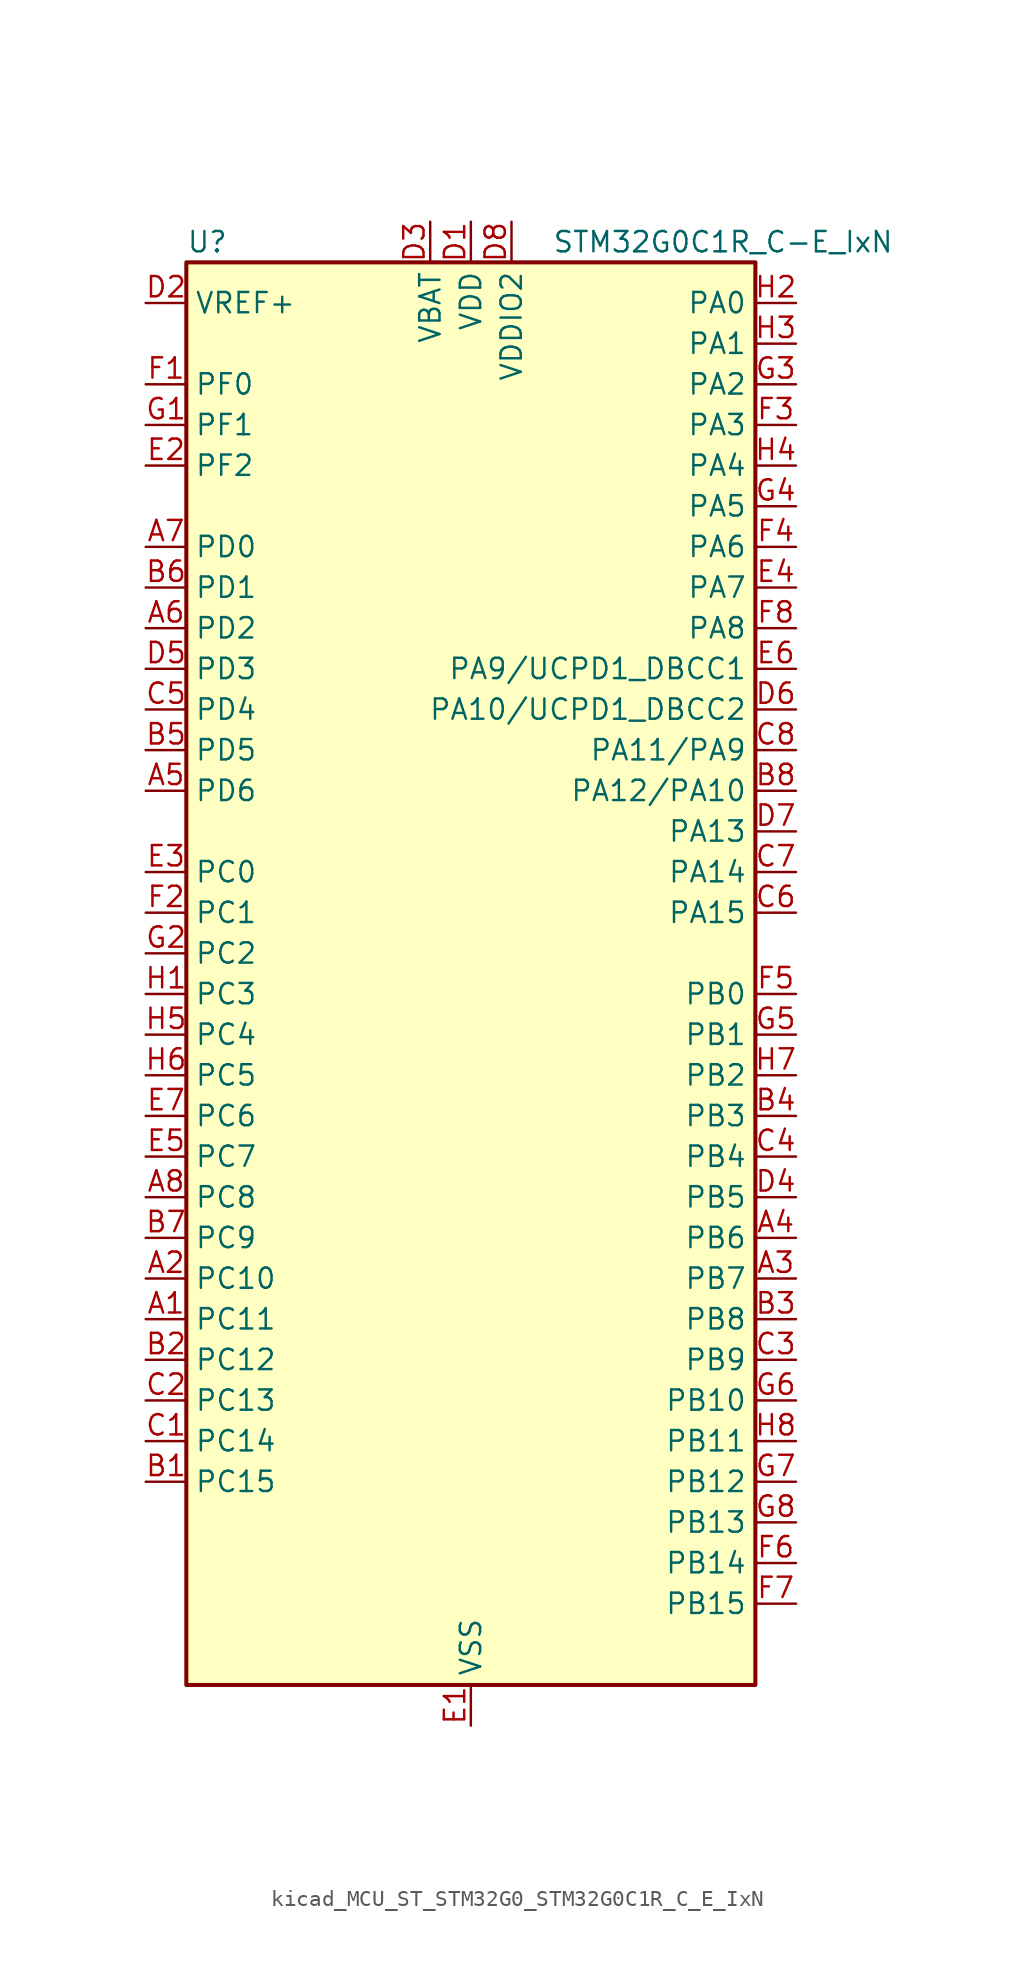
<source format=kicad_sym>
(kicad_symbol_lib
  (version 20220914)
  (generator kicad_symbol_editor)
  (symbol "kicad_MCU_ST_STM32G0_STM32G0C1R_C_E_IxN"
    (property "Reference" "U"
      (at -17.78 46.99 0)
      (effects (font (size 1.27 1.27)) (justify left)))
    (property "Value" "STM32G0C1R_C-E_IxN"
      (at 5.08 46.99 0)
      (effects (font (size 1.27 1.27)) (justify left)))
    (property "ki_locked" ""
      (at 0 0 0)
      (effects (font (size 1.27 1.27))))
    (symbol "kicad_MCU_ST_STM32G0_STM32G0C1R_C_E_IxN_0_1"
      (rectangle (start -17.78 -43.18) (end 17.78 45.72) (stroke (width 0.254) (type default)) (fill (type background))))
    (symbol "kicad_MCU_ST_STM32G0_STM32G0C1R_C_E_IxN_1_1"
      (pin bidirectional line (at -20.32 -20.32 0) (length 2.54) (name "PC11" (effects (font (size 1.27 1.27)))) (number "A1" (effects (font (size 1.27 1.27)))) (alternate "ADC1_EXTI11" bidirectional line) (alternate "SPI3_MISO" bidirectional line) (alternate "TIM1_CH4" bidirectional line) (alternate "USART3_RX" bidirectional line) (alternate "USART4_RX" bidirectional line))
      (pin bidirectional line (at -20.32 -17.78 0) (length 2.54) (name "PC10" (effects (font (size 1.27 1.27)))) (number "A2" (effects (font (size 1.27 1.27)))) (alternate "SPI3_SCK" bidirectional line) (alternate "TIM1_CH3" bidirectional line) (alternate "USART3_TX" bidirectional line) (alternate "USART4_TX" bidirectional line))
      (pin bidirectional line (at 20.32 -17.78 180) (length 2.54) (name "PB7" (effects (font (size 1.27 1.27)))) (number "A3" (effects (font (size 1.27 1.27)))) (alternate "COMP2_INM" bidirectional line) (alternate "I2C1_SDA" bidirectional line) (alternate "I2S2_SD" bidirectional line) (alternate "LPTIM1_IN2" bidirectional line) (alternate "LPUART2_RX" bidirectional line) (alternate "SPI2_MOSI" bidirectional line) (alternate "SYS_PVD_IN" bidirectional line) (alternate "TIM17_CH1N" bidirectional line) (alternate "TIM4_CH2" bidirectional line) (alternate "USART1_RX" bidirectional line) (alternate "USART4_CTS" bidirectional line) (alternate "USART4_NSS" bidirectional line))
      (pin bidirectional line (at 20.32 -15.24 180) (length 2.54) (name "PB6" (effects (font (size 1.27 1.27)))) (number "A4" (effects (font (size 1.27 1.27)))) (alternate "COMP2_INP" bidirectional line) (alternate "FDCAN2_TX" bidirectional line) (alternate "I2C1_SCL" bidirectional line) (alternate "I2S2_MCK" bidirectional line) (alternate "LPTIM1_ETR" bidirectional line) (alternate "LPUART2_TX" bidirectional line) (alternate "SPI2_MISO" bidirectional line) (alternate "TIM16_CH1N" bidirectional line) (alternate "TIM1_CH3" bidirectional line) (alternate "TIM4_CH1" bidirectional line) (alternate "USART1_TX" bidirectional line) (alternate "USART5_CTS" bidirectional line) (alternate "USART5_NSS" bidirectional line))
      (pin bidirectional line (at -20.32 12.7 0) (length 2.54) (name "PD6" (effects (font (size 1.27 1.27)))) (number "A5" (effects (font (size 1.27 1.27)))) (alternate "I2S1_SD" bidirectional line) (alternate "LPTIM2_OUT" bidirectional line) (alternate "SPI1_MOSI" bidirectional line) (alternate "USART2_RX" bidirectional line))
      (pin bidirectional line (at -20.32 22.86 0) (length 2.54) (name "PD2" (effects (font (size 1.27 1.27)))) (number "A6" (effects (font (size 1.27 1.27)))) (alternate "TIM1_CH1N" bidirectional line) (alternate "TIM3_ETR" bidirectional line) (alternate "UCPD2_CC2" bidirectional line) (alternate "USART3_CK" bidirectional line) (alternate "USART3_DE" bidirectional line) (alternate "USART3_RTS" bidirectional line) (alternate "USART5_RX" bidirectional line))
      (pin bidirectional line (at -20.32 27.94 0) (length 2.54) (name "PD0" (effects (font (size 1.27 1.27)))) (number "A7" (effects (font (size 1.27 1.27)))) (alternate "FDCAN1_RX" bidirectional line) (alternate "I2S2_WS" bidirectional line) (alternate "SPI2_NSS" bidirectional line) (alternate "TIM16_CH1" bidirectional line) (alternate "UCPD2_CC1" bidirectional line))
      (pin bidirectional line (at -20.32 -12.7 0) (length 2.54) (name "PC8" (effects (font (size 1.27 1.27)))) (number "A8" (effects (font (size 1.27 1.27)))) (alternate "LPUART2_CTS" bidirectional line) (alternate "TIM1_CH1" bidirectional line) (alternate "TIM3_CH3" bidirectional line) (alternate "UCPD2_FRSTX1" bidirectional line) (alternate "UCPD2_FRSTX2" bidirectional line))
      (pin bidirectional line (at -20.32 -30.48 0) (length 2.54) (name "PC15" (effects (font (size 1.27 1.27)))) (number "B1" (effects (font (size 1.27 1.27)))) (alternate "RCC_OSC32_EN" bidirectional line) (alternate "RCC_OSC32_OUT" bidirectional line) (alternate "RCC_OSC_EN" bidirectional line) (alternate "TIM15_BK" bidirectional line))
      (pin bidirectional line (at -20.32 -22.86 0) (length 2.54) (name "PC12" (effects (font (size 1.27 1.27)))) (number "B2" (effects (font (size 1.27 1.27)))) (alternate "LPTIM1_IN1" bidirectional line) (alternate "SPI3_MOSI" bidirectional line) (alternate "TIM14_CH1" bidirectional line) (alternate "UCPD1_FRSTX1" bidirectional line) (alternate "UCPD1_FRSTX2" bidirectional line) (alternate "USART5_TX" bidirectional line))
      (pin bidirectional line (at 20.32 -20.32 180) (length 2.54) (name "PB8" (effects (font (size 1.27 1.27)))) (number "B3" (effects (font (size 1.27 1.27)))) (alternate "CEC" bidirectional line) (alternate "FDCAN1_RX" bidirectional line) (alternate "I2C1_SCL" bidirectional line) (alternate "I2S2_CK" bidirectional line) (alternate "SPI2_SCK" bidirectional line) (alternate "TIM15_BK" bidirectional line) (alternate "TIM16_CH1" bidirectional line) (alternate "TIM4_CH3" bidirectional line) (alternate "USART3_TX" bidirectional line) (alternate "USART6_TX" bidirectional line))
      (pin bidirectional line (at 20.32 -7.62 180) (length 2.54) (name "PB3" (effects (font (size 1.27 1.27)))) (number "B4" (effects (font (size 1.27 1.27)))) (alternate "COMP2_INM" bidirectional line) (alternate "I2C2_SCL" bidirectional line) (alternate "I2C3_SCL" bidirectional line) (alternate "I2S1_CK" bidirectional line) (alternate "SPI1_SCK" bidirectional line) (alternate "SPI3_SCK" bidirectional line) (alternate "TIM1_CH2" bidirectional line) (alternate "TIM2_CH2" bidirectional line) (alternate "USART1_CK" bidirectional line) (alternate "USART1_DE" bidirectional line) (alternate "USART1_RTS" bidirectional line) (alternate "USART5_TX" bidirectional line))
      (pin bidirectional line (at -20.32 15.24 0) (length 2.54) (name "PD5" (effects (font (size 1.27 1.27)))) (number "B5" (effects (font (size 1.27 1.27)))) (alternate "I2S1_MCK" bidirectional line) (alternate "SPI1_MISO" bidirectional line) (alternate "TIM1_BK" bidirectional line) (alternate "USART2_TX" bidirectional line) (alternate "USART5_CTS" bidirectional line) (alternate "USART5_NSS" bidirectional line))
      (pin bidirectional line (at -20.32 25.4 0) (length 2.54) (name "PD1" (effects (font (size 1.27 1.27)))) (number "B6" (effects (font (size 1.27 1.27)))) (alternate "FDCAN1_TX" bidirectional line) (alternate "I2S2_CK" bidirectional line) (alternate "SPI2_SCK" bidirectional line) (alternate "TIM17_CH1" bidirectional line) (alternate "UCPD2_DBCC1" bidirectional line))
      (pin bidirectional line (at -20.32 -15.24 0) (length 2.54) (name "PC9" (effects (font (size 1.27 1.27)))) (number "B7" (effects (font (size 1.27 1.27)))) (alternate "DAC1_EXTI9" bidirectional line) (alternate "I2S_CKIN" bidirectional line) (alternate "LPUART2_DE" bidirectional line) (alternate "LPUART2_RTS" bidirectional line) (alternate "TIM1_CH2" bidirectional line) (alternate "TIM3_CH4" bidirectional line) (alternate "USB_NOE" bidirectional line))
      (pin bidirectional line (at 20.32 12.7 180) (length 2.54) (name "PA12/PA10" (effects (font (size 1.27 1.27)))) (number "B8" (effects (font (size 1.27 1.27)))) (alternate "COMP2_OUT" bidirectional line) (alternate "FDCAN1_TX" bidirectional line) (alternate "I2C2_SDA" bidirectional line) (alternate "I2S1_SD" bidirectional line) (alternate "I2S_CKIN" bidirectional line) (alternate "SPI1_MOSI" bidirectional line) (alternate "TIM1_ETR" bidirectional line) (alternate "USART1_CK" bidirectional line) (alternate "USART1_DE" bidirectional line) (alternate "USART1_RTS" bidirectional line) (alternate "USB_DP" bidirectional line))
      (pin bidirectional line (at -20.32 -27.94 0) (length 2.54) (name "PC14" (effects (font (size 1.27 1.27)))) (number "C1" (effects (font (size 1.27 1.27)))) (alternate "RCC_OSC32_IN" bidirectional line) (alternate "TIM1_BK2" bidirectional line))
      (pin bidirectional line (at -20.32 -25.4 0) (length 2.54) (name "PC13" (effects (font (size 1.27 1.27)))) (number "C2" (effects (font (size 1.27 1.27)))) (alternate "RTC_OUT1" bidirectional line) (alternate "RTC_TAMP_IN1" bidirectional line) (alternate "RTC_TS" bidirectional line) (alternate "SYS_WKUP2" bidirectional line) (alternate "TIM1_BK" bidirectional line))
      (pin bidirectional line (at 20.32 -22.86 180) (length 2.54) (name "PB9" (effects (font (size 1.27 1.27)))) (number "C3" (effects (font (size 1.27 1.27)))) (alternate "DAC1_EXTI9" bidirectional line) (alternate "FDCAN1_TX" bidirectional line) (alternate "I2C1_SDA" bidirectional line) (alternate "I2S2_WS" bidirectional line) (alternate "IR_OUT" bidirectional line) (alternate "SPI2_NSS" bidirectional line) (alternate "TIM17_CH1" bidirectional line) (alternate "TIM4_CH4" bidirectional line) (alternate "UCPD2_FRSTX1" bidirectional line) (alternate "UCPD2_FRSTX2" bidirectional line) (alternate "USART3_RX" bidirectional line) (alternate "USART6_RX" bidirectional line))
      (pin bidirectional line (at 20.32 -10.16 180) (length 2.54) (name "PB4" (effects (font (size 1.27 1.27)))) (number "C4" (effects (font (size 1.27 1.27)))) (alternate "COMP2_INP" bidirectional line) (alternate "I2C2_SDA" bidirectional line) (alternate "I2C3_SDA" bidirectional line) (alternate "I2S1_MCK" bidirectional line) (alternate "SPI1_MISO" bidirectional line) (alternate "SPI3_MISO" bidirectional line) (alternate "TIM17_BK" bidirectional line) (alternate "TIM3_CH1" bidirectional line) (alternate "USART1_CTS" bidirectional line) (alternate "USART1_NSS" bidirectional line) (alternate "USART5_RX" bidirectional line))
      (pin bidirectional line (at -20.32 17.78 0) (length 2.54) (name "PD4" (effects (font (size 1.27 1.27)))) (number "C5" (effects (font (size 1.27 1.27)))) (alternate "I2S2_SD" bidirectional line) (alternate "SPI2_MOSI" bidirectional line) (alternate "TIM1_CH3N" bidirectional line) (alternate "USART2_CK" bidirectional line) (alternate "USART2_DE" bidirectional line) (alternate "USART2_RTS" bidirectional line) (alternate "USART5_CK" bidirectional line) (alternate "USART5_DE" bidirectional line) (alternate "USART5_RTS" bidirectional line))
      (pin bidirectional line (at 20.32 5.08 180) (length 2.54) (name "PA15" (effects (font (size 1.27 1.27)))) (number "C6" (effects (font (size 1.27 1.27)))) (alternate "I2C2_SMBA" bidirectional line) (alternate "I2S1_WS" bidirectional line) (alternate "RCC_MCO_2" bidirectional line) (alternate "SPI1_NSS" bidirectional line) (alternate "SPI3_NSS" bidirectional line) (alternate "TIM2_CH1" bidirectional line) (alternate "TIM2_ETR" bidirectional line) (alternate "USART2_RX" bidirectional line) (alternate "USART3_CK" bidirectional line) (alternate "USART3_DE" bidirectional line) (alternate "USART3_RTS" bidirectional line) (alternate "USART4_CK" bidirectional line) (alternate "USART4_DE" bidirectional line) (alternate "USART4_RTS" bidirectional line) (alternate "USB_NOE" bidirectional line))
      (pin bidirectional line (at 20.32 7.62 180) (length 2.54) (name "PA14" (effects (font (size 1.27 1.27)))) (number "C7" (effects (font (size 1.27 1.27)))) (alternate "LPUART2_TX" bidirectional line) (alternate "SYS_SWCLK" bidirectional line) (alternate "USART2_TX" bidirectional line))
      (pin bidirectional line (at 20.32 15.24 180) (length 2.54) (name "PA11/PA9" (effects (font (size 1.27 1.27)))) (number "C8" (effects (font (size 1.27 1.27)))) (alternate "ADC1_EXTI11" bidirectional line) (alternate "COMP1_OUT" bidirectional line) (alternate "FDCAN1_RX" bidirectional line) (alternate "I2C2_SCL" bidirectional line) (alternate "I2S1_MCK" bidirectional line) (alternate "SPI1_MISO" bidirectional line) (alternate "TIM1_BK2" bidirectional line) (alternate "TIM1_CH4" bidirectional line) (alternate "USART1_CTS" bidirectional line) (alternate "USART1_NSS" bidirectional line) (alternate "USB_DM" bidirectional line))
      (pin power_in line (at 0 48.26 270) (length 2.54) (name "VDD" (effects (font (size 1.27 1.27)))) (number "D1" (effects (font (size 1.27 1.27)))))
      (pin input line (at -20.32 43.18 0) (length 2.54) (name "VREF+" (effects (font (size 1.27 1.27)))) (number "D2" (effects (font (size 1.27 1.27)))) (alternate "VREFBUF_OUT" bidirectional line))
      (pin power_in line (at -2.54 48.26 270) (length 2.54) (name "VBAT" (effects (font (size 1.27 1.27)))) (number "D3" (effects (font (size 1.27 1.27)))))
      (pin bidirectional line (at 20.32 -12.7 180) (length 2.54) (name "PB5" (effects (font (size 1.27 1.27)))) (number "D4" (effects (font (size 1.27 1.27)))) (alternate "COMP2_OUT" bidirectional line) (alternate "FDCAN2_RX" bidirectional line) (alternate "I2C1_SMBA" bidirectional line) (alternate "I2S1_SD" bidirectional line) (alternate "LPTIM1_IN1" bidirectional line) (alternate "SPI1_MOSI" bidirectional line) (alternate "SPI3_MOSI" bidirectional line) (alternate "SYS_WKUP6" bidirectional line) (alternate "TIM16_BK" bidirectional line) (alternate "TIM3_CH2" bidirectional line) (alternate "USART5_CK" bidirectional line) (alternate "USART5_DE" bidirectional line) (alternate "USART5_RTS" bidirectional line))
      (pin bidirectional line (at -20.32 20.32 0) (length 2.54) (name "PD3" (effects (font (size 1.27 1.27)))) (number "D5" (effects (font (size 1.27 1.27)))) (alternate "I2S2_MCK" bidirectional line) (alternate "SPI2_MISO" bidirectional line) (alternate "TIM1_CH2N" bidirectional line) (alternate "UCPD2_DBCC2" bidirectional line) (alternate "USART2_CTS" bidirectional line) (alternate "USART2_NSS" bidirectional line) (alternate "USART5_TX" bidirectional line))
      (pin bidirectional line (at 20.32 17.78 180) (length 2.54) (name "PA10/UCPD1_DBCC2" (effects (font (size 1.27 1.27)))) (number "D6" (effects (font (size 1.27 1.27)))) (alternate "I2C1_SDA" bidirectional line) (alternate "I2C2_SDA" bidirectional line) (alternate "I2S2_SD" bidirectional line) (alternate "RCC_MCO_2" bidirectional line) (alternate "SPI2_MOSI" bidirectional line) (alternate "TIM17_BK" bidirectional line) (alternate "TIM1_CH3" bidirectional line) (alternate "UCPD1_DBCC2" bidirectional line) (alternate "USART1_RX" bidirectional line))
      (pin bidirectional line (at 20.32 10.16 180) (length 2.54) (name "PA13" (effects (font (size 1.27 1.27)))) (number "D7" (effects (font (size 1.27 1.27)))) (alternate "IR_OUT" bidirectional line) (alternate "LPUART2_RX" bidirectional line) (alternate "SYS_SWDIO" bidirectional line) (alternate "USB_NOE" bidirectional line))
      (pin power_in line (at 2.54 48.26 270) (length 2.54) (name "VDDIO2" (effects (font (size 1.27 1.27)))) (number "D8" (effects (font (size 1.27 1.27)))))
      (pin power_in line (at 0 -45.72 90) (length 2.54) (name "VSS" (effects (font (size 1.27 1.27)))) (number "E1" (effects (font (size 1.27 1.27)))))
      (pin bidirectional line (at -20.32 33.02 0) (length 2.54) (name "PF2" (effects (font (size 1.27 1.27)))) (number "E2" (effects (font (size 1.27 1.27)))) (alternate "LPUART2_DE" bidirectional line) (alternate "LPUART2_RTS" bidirectional line) (alternate "LPUART2_TX" bidirectional line) (alternate "RCC_MCO" bidirectional line))
      (pin bidirectional line (at -20.32 7.62 0) (length 2.54) (name "PC0" (effects (font (size 1.27 1.27)))) (number "E3" (effects (font (size 1.27 1.27)))) (alternate "COMP3_INM" bidirectional line) (alternate "COMP3_OUT" bidirectional line) (alternate "I2C3_SCL" bidirectional line) (alternate "LPTIM1_IN1" bidirectional line) (alternate "LPTIM2_IN1" bidirectional line) (alternate "LPUART1_RX" bidirectional line) (alternate "LPUART2_TX" bidirectional line) (alternate "USART6_TX" bidirectional line))
      (pin bidirectional line (at 20.32 25.4 180) (length 2.54) (name "PA7" (effects (font (size 1.27 1.27)))) (number "E4" (effects (font (size 1.27 1.27)))) (alternate "ADC1_IN7" bidirectional line) (alternate "COMP2_OUT" bidirectional line) (alternate "I2C2_SCL" bidirectional line) (alternate "I2C3_SCL" bidirectional line) (alternate "I2S1_SD" bidirectional line) (alternate "SPI1_MOSI" bidirectional line) (alternate "TIM14_CH1" bidirectional line) (alternate "TIM17_CH1" bidirectional line) (alternate "TIM1_CH1N" bidirectional line) (alternate "TIM3_CH2" bidirectional line) (alternate "UCPD1_FRSTX1" bidirectional line) (alternate "UCPD1_FRSTX2" bidirectional line) (alternate "USART6_CK" bidirectional line) (alternate "USART6_DE" bidirectional line) (alternate "USART6_RTS" bidirectional line))
      (pin bidirectional line (at -20.32 -10.16 0) (length 2.54) (name "PC7" (effects (font (size 1.27 1.27)))) (number "E5" (effects (font (size 1.27 1.27)))) (alternate "LPUART2_RX" bidirectional line) (alternate "TIM2_CH4" bidirectional line) (alternate "TIM3_CH2" bidirectional line) (alternate "UCPD2_FRSTX1" bidirectional line) (alternate "UCPD2_FRSTX2" bidirectional line))
      (pin bidirectional line (at 20.32 20.32 180) (length 2.54) (name "PA9/UCPD1_DBCC1" (effects (font (size 1.27 1.27)))) (number "E6" (effects (font (size 1.27 1.27)))) (alternate "DAC1_EXTI9" bidirectional line) (alternate "I2C1_SCL" bidirectional line) (alternate "I2C2_SCL" bidirectional line) (alternate "I2S2_MCK" bidirectional line) (alternate "RCC_MCO" bidirectional line) (alternate "SPI2_MISO" bidirectional line) (alternate "TIM15_BK" bidirectional line) (alternate "TIM1_CH2" bidirectional line) (alternate "UCPD1_DBCC1" bidirectional line) (alternate "USART1_TX" bidirectional line))
      (pin bidirectional line (at -20.32 -7.62 0) (length 2.54) (name "PC6" (effects (font (size 1.27 1.27)))) (number "E7" (effects (font (size 1.27 1.27)))) (alternate "LPUART2_TX" bidirectional line) (alternate "TIM2_CH3" bidirectional line) (alternate "TIM3_CH1" bidirectional line) (alternate "UCPD1_FRSTX1" bidirectional line) (alternate "UCPD1_FRSTX2" bidirectional line))
      (pin passive line (at 0 -45.72 90) (length 2.54) hide (name "VSS" (effects (font (size 1.27 1.27)))) (number "E8" (effects (font (size 1.27 1.27)))))
      (pin bidirectional line (at -20.32 38.1 0) (length 2.54) (name "PF0" (effects (font (size 1.27 1.27)))) (number "F1" (effects (font (size 1.27 1.27)))) (alternate "CRS1_SYNC" bidirectional line) (alternate "RCC_OSC_IN" bidirectional line) (alternate "TIM14_CH1" bidirectional line))
      (pin bidirectional line (at -20.32 5.08 0) (length 2.54) (name "PC1" (effects (font (size 1.27 1.27)))) (number "F2" (effects (font (size 1.27 1.27)))) (alternate "COMP3_INP" bidirectional line) (alternate "I2C3_SDA" bidirectional line) (alternate "LPTIM1_OUT" bidirectional line) (alternate "LPUART1_TX" bidirectional line) (alternate "LPUART2_RX" bidirectional line) (alternate "TIM15_CH1" bidirectional line) (alternate "USART6_RX" bidirectional line))
      (pin bidirectional line (at 20.32 35.56 180) (length 2.54) (name "PA3" (effects (font (size 1.27 1.27)))) (number "F3" (effects (font (size 1.27 1.27)))) (alternate "ADC1_IN3" bidirectional line) (alternate "COMP2_INP" bidirectional line) (alternate "I2S2_MCK" bidirectional line) (alternate "LPUART1_RX" bidirectional line) (alternate "SPI2_MISO" bidirectional line) (alternate "TIM15_CH2" bidirectional line) (alternate "TIM2_CH4" bidirectional line) (alternate "UCPD2_FRSTX1" bidirectional line) (alternate "UCPD2_FRSTX2" bidirectional line) (alternate "USART2_RX" bidirectional line))
      (pin bidirectional line (at 20.32 27.94 180) (length 2.54) (name "PA6" (effects (font (size 1.27 1.27)))) (number "F4" (effects (font (size 1.27 1.27)))) (alternate "ADC1_IN6" bidirectional line) (alternate "COMP1_OUT" bidirectional line) (alternate "I2C2_SDA" bidirectional line) (alternate "I2C3_SDA" bidirectional line) (alternate "I2S1_MCK" bidirectional line) (alternate "LPUART1_CTS" bidirectional line) (alternate "SPI1_MISO" bidirectional line) (alternate "TIM16_CH1" bidirectional line) (alternate "TIM1_BK" bidirectional line) (alternate "TIM3_CH1" bidirectional line) (alternate "USART3_CTS" bidirectional line) (alternate "USART3_NSS" bidirectional line) (alternate "USART6_CTS" bidirectional line) (alternate "USART6_NSS" bidirectional line))
      (pin bidirectional line (at 20.32 0 180) (length 2.54) (name "PB0" (effects (font (size 1.27 1.27)))) (number "F5" (effects (font (size 1.27 1.27)))) (alternate "ADC1_IN8" bidirectional line) (alternate "COMP1_OUT" bidirectional line) (alternate "COMP3_INP" bidirectional line) (alternate "FDCAN2_RX" bidirectional line) (alternate "I2S1_WS" bidirectional line) (alternate "LPTIM1_OUT" bidirectional line) (alternate "LPUART2_CTS" bidirectional line) (alternate "SPI1_NSS" bidirectional line) (alternate "TIM1_CH2N" bidirectional line) (alternate "TIM3_CH3" bidirectional line) (alternate "UCPD1_FRSTX1" bidirectional line) (alternate "UCPD1_FRSTX2" bidirectional line) (alternate "USART3_RX" bidirectional line) (alternate "USART5_TX" bidirectional line))
      (pin bidirectional line (at 20.32 -35.56 180) (length 2.54) (name "PB14" (effects (font (size 1.27 1.27)))) (number "F6" (effects (font (size 1.27 1.27)))) (alternate "I2C2_SDA" bidirectional line) (alternate "I2S2_MCK" bidirectional line) (alternate "SPI2_MISO" bidirectional line) (alternate "TIM15_CH1" bidirectional line) (alternate "TIM1_CH2N" bidirectional line) (alternate "UCPD1_FRSTX1" bidirectional line) (alternate "UCPD1_FRSTX2" bidirectional line) (alternate "USART3_CK" bidirectional line) (alternate "USART3_DE" bidirectional line) (alternate "USART3_RTS" bidirectional line) (alternate "USART6_CK" bidirectional line) (alternate "USART6_DE" bidirectional line) (alternate "USART6_RTS" bidirectional line))
      (pin bidirectional line (at 20.32 -38.1 180) (length 2.54) (name "PB15" (effects (font (size 1.27 1.27)))) (number "F7" (effects (font (size 1.27 1.27)))) (alternate "I2S2_SD" bidirectional line) (alternate "RTC_REFIN" bidirectional line) (alternate "SPI2_MOSI" bidirectional line) (alternate "TIM15_CH1N" bidirectional line) (alternate "TIM15_CH2" bidirectional line) (alternate "TIM1_CH3N" bidirectional line) (alternate "UCPD1_CC2" bidirectional line) (alternate "USART6_CTS" bidirectional line) (alternate "USART6_NSS" bidirectional line))
      (pin bidirectional line (at 20.32 22.86 180) (length 2.54) (name "PA8" (effects (font (size 1.27 1.27)))) (number "F8" (effects (font (size 1.27 1.27)))) (alternate "CRS1_SYNC" bidirectional line) (alternate "I2C2_SMBA" bidirectional line) (alternate "I2S2_WS" bidirectional line) (alternate "LPTIM2_OUT" bidirectional line) (alternate "RCC_MCO" bidirectional line) (alternate "SPI2_NSS" bidirectional line) (alternate "TIM1_CH1" bidirectional line) (alternate "UCPD1_CC1" bidirectional line))
      (pin bidirectional line (at -20.32 35.56 0) (length 2.54) (name "PF1" (effects (font (size 1.27 1.27)))) (number "G1" (effects (font (size 1.27 1.27)))) (alternate "RCC_OSC_EN" bidirectional line) (alternate "RCC_OSC_OUT" bidirectional line) (alternate "TIM15_CH1N" bidirectional line))
      (pin bidirectional line (at -20.32 2.54 0) (length 2.54) (name "PC2" (effects (font (size 1.27 1.27)))) (number "G2" (effects (font (size 1.27 1.27)))) (alternate "COMP3_OUT" bidirectional line) (alternate "FDCAN2_RX" bidirectional line) (alternate "I2S2_MCK" bidirectional line) (alternate "LPTIM1_IN2" bidirectional line) (alternate "SPI2_MISO" bidirectional line) (alternate "TIM15_CH2" bidirectional line))
      (pin bidirectional line (at 20.32 38.1 180) (length 2.54) (name "PA2" (effects (font (size 1.27 1.27)))) (number "G3" (effects (font (size 1.27 1.27)))) (alternate "ADC1_IN2" bidirectional line) (alternate "COMP2_INM" bidirectional line) (alternate "COMP2_OUT" bidirectional line) (alternate "I2S1_SD" bidirectional line) (alternate "LPUART1_TX" bidirectional line) (alternate "RCC_LSCO" bidirectional line) (alternate "SPI1_MOSI" bidirectional line) (alternate "SYS_WKUP4" bidirectional line) (alternate "TIM15_CH1" bidirectional line) (alternate "TIM2_CH3" bidirectional line) (alternate "UCPD1_FRSTX1" bidirectional line) (alternate "UCPD1_FRSTX2" bidirectional line) (alternate "USART2_TX" bidirectional line))
      (pin bidirectional line (at 20.32 30.48 180) (length 2.54) (name "PA5" (effects (font (size 1.27 1.27)))) (number "G4" (effects (font (size 1.27 1.27)))) (alternate "ADC1_IN5" bidirectional line) (alternate "CEC" bidirectional line) (alternate "DAC1_OUT2" bidirectional line) (alternate "I2S1_CK" bidirectional line) (alternate "LPTIM2_ETR" bidirectional line) (alternate "SPI1_SCK" bidirectional line) (alternate "TIM2_CH1" bidirectional line) (alternate "TIM2_ETR" bidirectional line) (alternate "UCPD1_FRSTX1" bidirectional line) (alternate "UCPD1_FRSTX2" bidirectional line) (alternate "USART3_TX" bidirectional line) (alternate "USART6_RX" bidirectional line))
      (pin bidirectional line (at 20.32 -2.54 180) (length 2.54) (name "PB1" (effects (font (size 1.27 1.27)))) (number "G5" (effects (font (size 1.27 1.27)))) (alternate "ADC1_IN9" bidirectional line) (alternate "COMP1_INM" bidirectional line) (alternate "COMP3_OUT" bidirectional line) (alternate "FDCAN2_TX" bidirectional line) (alternate "LPTIM2_IN1" bidirectional line) (alternate "LPUART1_DE" bidirectional line) (alternate "LPUART1_RTS" bidirectional line) (alternate "LPUART2_DE" bidirectional line) (alternate "LPUART2_RTS" bidirectional line) (alternate "TIM14_CH1" bidirectional line) (alternate "TIM1_CH3N" bidirectional line) (alternate "TIM3_CH4" bidirectional line) (alternate "USART3_CK" bidirectional line) (alternate "USART3_DE" bidirectional line) (alternate "USART3_RTS" bidirectional line) (alternate "USART5_RX" bidirectional line))
      (pin bidirectional line (at 20.32 -25.4 180) (length 2.54) (name "PB10" (effects (font (size 1.27 1.27)))) (number "G6" (effects (font (size 1.27 1.27)))) (alternate "ADC1_IN11" bidirectional line) (alternate "CEC" bidirectional line) (alternate "COMP1_OUT" bidirectional line) (alternate "I2C2_SCL" bidirectional line) (alternate "I2S2_CK" bidirectional line) (alternate "LPUART1_RX" bidirectional line) (alternate "SPI2_SCK" bidirectional line) (alternate "TIM2_CH3" bidirectional line) (alternate "USART3_TX" bidirectional line))
      (pin bidirectional line (at 20.32 -30.48 180) (length 2.54) (name "PB12" (effects (font (size 1.27 1.27)))) (number "G7" (effects (font (size 1.27 1.27)))) (alternate "ADC1_IN16" bidirectional line) (alternate "FDCAN2_RX" bidirectional line) (alternate "I2C2_SMBA" bidirectional line) (alternate "I2S2_WS" bidirectional line) (alternate "LPUART1_DE" bidirectional line) (alternate "LPUART1_RTS" bidirectional line) (alternate "SPI2_NSS" bidirectional line) (alternate "TIM15_BK" bidirectional line) (alternate "TIM1_BK" bidirectional line) (alternate "UCPD2_FRSTX1" bidirectional line) (alternate "UCPD2_FRSTX2" bidirectional line))
      (pin bidirectional line (at 20.32 -33.02 180) (length 2.54) (name "PB13" (effects (font (size 1.27 1.27)))) (number "G8" (effects (font (size 1.27 1.27)))) (alternate "FDCAN2_TX" bidirectional line) (alternate "I2C2_SCL" bidirectional line) (alternate "I2S2_CK" bidirectional line) (alternate "LPUART1_CTS" bidirectional line) (alternate "SPI2_SCK" bidirectional line) (alternate "TIM15_CH1N" bidirectional line) (alternate "TIM1_CH1N" bidirectional line) (alternate "USART3_CTS" bidirectional line) (alternate "USART3_NSS" bidirectional line))
      (pin bidirectional line (at -20.32 0 0) (length 2.54) (name "PC3" (effects (font (size 1.27 1.27)))) (number "H1" (effects (font (size 1.27 1.27)))) (alternate "FDCAN2_TX" bidirectional line) (alternate "I2S2_SD" bidirectional line) (alternate "LPTIM1_ETR" bidirectional line) (alternate "LPTIM2_ETR" bidirectional line) (alternate "SPI2_MOSI" bidirectional line))
      (pin bidirectional line (at 20.32 43.18 180) (length 2.54) (name "PA0" (effects (font (size 1.27 1.27)))) (number "H2" (effects (font (size 1.27 1.27)))) (alternate "ADC1_IN0" bidirectional line) (alternate "COMP1_INM" bidirectional line) (alternate "COMP1_OUT" bidirectional line) (alternate "I2S2_CK" bidirectional line) (alternate "LPTIM1_OUT" bidirectional line) (alternate "RTC_TAMP_IN2" bidirectional line) (alternate "SPI2_SCK" bidirectional line) (alternate "SYS_WKUP1" bidirectional line) (alternate "TIM2_CH1" bidirectional line) (alternate "TIM2_ETR" bidirectional line) (alternate "UCPD2_FRSTX1" bidirectional line) (alternate "UCPD2_FRSTX2" bidirectional line) (alternate "USART2_CTS" bidirectional line) (alternate "USART2_NSS" bidirectional line) (alternate "USART4_TX" bidirectional line))
      (pin bidirectional line (at 20.32 40.64 180) (length 2.54) (name "PA1" (effects (font (size 1.27 1.27)))) (number "H3" (effects (font (size 1.27 1.27)))) (alternate "ADC1_IN1" bidirectional line) (alternate "COMP1_INP" bidirectional line) (alternate "I2C1_SMBA" bidirectional line) (alternate "I2S1_CK" bidirectional line) (alternate "SPI1_SCK" bidirectional line) (alternate "TIM15_CH1N" bidirectional line) (alternate "TIM2_CH2" bidirectional line) (alternate "USART2_CK" bidirectional line) (alternate "USART2_DE" bidirectional line) (alternate "USART2_RTS" bidirectional line) (alternate "USART4_RX" bidirectional line))
      (pin bidirectional line (at 20.32 33.02 180) (length 2.54) (name "PA4" (effects (font (size 1.27 1.27)))) (number "H4" (effects (font (size 1.27 1.27)))) (alternate "ADC1_IN4" bidirectional line) (alternate "DAC1_OUT1" bidirectional line) (alternate "I2S1_WS" bidirectional line) (alternate "I2S2_SD" bidirectional line) (alternate "LPTIM2_OUT" bidirectional line) (alternate "RTC_OUT2" bidirectional line) (alternate "SPI1_NSS" bidirectional line) (alternate "SPI2_MOSI" bidirectional line) (alternate "SPI3_NSS" bidirectional line) (alternate "TIM14_CH1" bidirectional line) (alternate "UCPD2_FRSTX1" bidirectional line) (alternate "UCPD2_FRSTX2" bidirectional line) (alternate "USART6_TX" bidirectional line) (alternate "USB_NOE" bidirectional line))
      (pin bidirectional line (at -20.32 -2.54 0) (length 2.54) (name "PC4" (effects (font (size 1.27 1.27)))) (number "H5" (effects (font (size 1.27 1.27)))) (alternate "ADC1_IN17" bidirectional line) (alternate "COMP1_INM" bidirectional line) (alternate "FDCAN1_RX" bidirectional line) (alternate "TIM2_CH1" bidirectional line) (alternate "TIM2_ETR" bidirectional line) (alternate "USART1_TX" bidirectional line) (alternate "USART3_TX" bidirectional line))
      (pin bidirectional line (at -20.32 -5.08 0) (length 2.54) (name "PC5" (effects (font (size 1.27 1.27)))) (number "H6" (effects (font (size 1.27 1.27)))) (alternate "ADC1_IN18" bidirectional line) (alternate "COMP1_INP" bidirectional line) (alternate "FDCAN1_TX" bidirectional line) (alternate "SYS_WKUP5" bidirectional line) (alternate "TIM2_CH2" bidirectional line) (alternate "USART1_RX" bidirectional line) (alternate "USART3_RX" bidirectional line))
      (pin bidirectional line (at 20.32 -5.08 180) (length 2.54) (name "PB2" (effects (font (size 1.27 1.27)))) (number "H7" (effects (font (size 1.27 1.27)))) (alternate "ADC1_IN10" bidirectional line) (alternate "COMP1_INP" bidirectional line) (alternate "COMP3_INM" bidirectional line) (alternate "I2S2_MCK" bidirectional line) (alternate "LPTIM1_OUT" bidirectional line) (alternate "RCC_MCO_2" bidirectional line) (alternate "SPI2_MISO" bidirectional line) (alternate "USART3_TX" bidirectional line))
      (pin bidirectional line (at 20.32 -27.94 180) (length 2.54) (name "PB11" (effects (font (size 1.27 1.27)))) (number "H8" (effects (font (size 1.27 1.27)))) (alternate "ADC1_EXTI11" bidirectional line) (alternate "ADC1_IN15" bidirectional line) (alternate "COMP2_OUT" bidirectional line) (alternate "I2C2_SDA" bidirectional line) (alternate "I2S2_SD" bidirectional line) (alternate "LPUART1_TX" bidirectional line) (alternate "SPI2_MOSI" bidirectional line) (alternate "TIM2_CH4" bidirectional line) (alternate "USART3_RX" bidirectional line)))))
</source>
